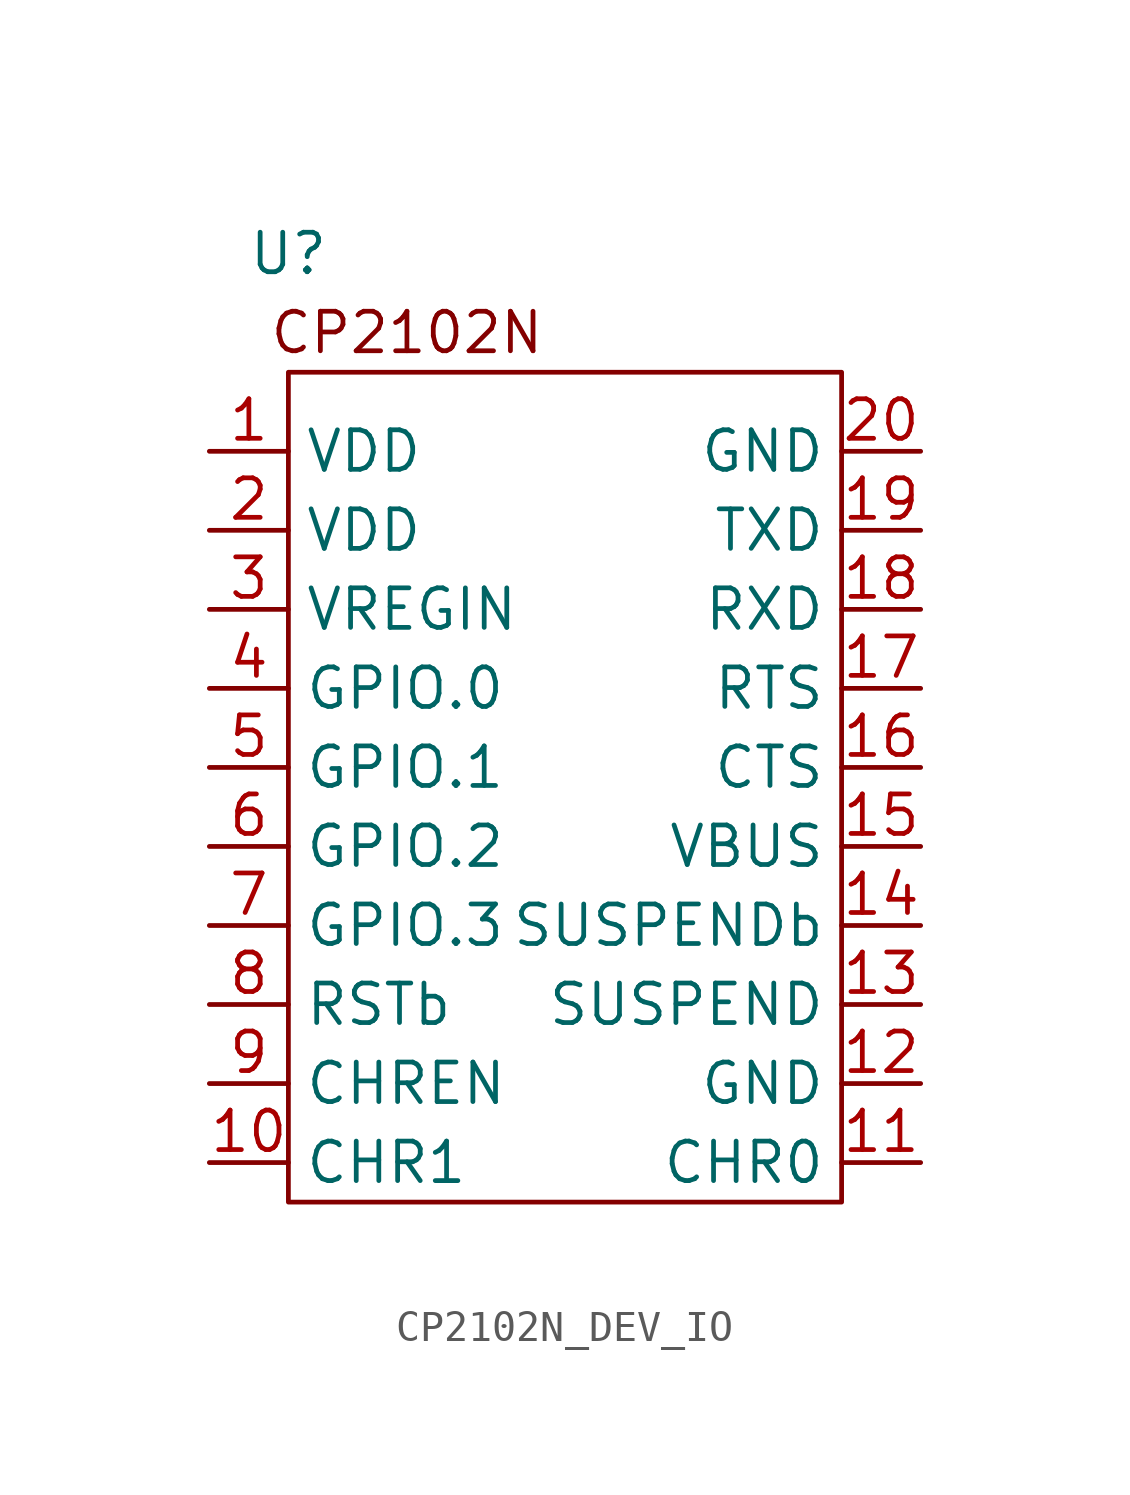
<source format=kicad_sym>
(kicad_symbol_lib
  (version 20241209)
  (generator "kicad_symbol_editor")
  (generator_version "9.0")
  (symbol "CP2102N_DEV_IO"
    (property "Reference" "U"
      (at -8.89 16.51 0)
      (effects (font (size 1.27 1.27))))
    (property "Value" ""
      (at -6.35 1.27 0)
      (effects (font (size 1.27 1.27))))
    (symbol "CP2102N_DEV_IO_0_1"
      (rectangle (start -8.89 12.7) (end 8.89 -13.97) (stroke (width 0) (type default)) (fill (type none)))
      (text "CP2102N" (at -5.08 13.97 0) (effects (font (size 1.27 1.27)))))
    (symbol "CP2102N_DEV_IO_1_1"
      (pin power_in line (at -11.43 10.16 0) (length 2.54) (name "VDD" (effects (font (size 1.27 1.27)))) (number "1" (effects (font (size 1.27 1.27)))))
      (pin power_in line (at -11.43 7.62 0) (length 2.54) (name "VDD" (effects (font (size 1.27 1.27)))) (number "2" (effects (font (size 1.27 1.27)))))
      (pin power_in line (at -11.43 5.08 0) (length 2.54) (name "VREGIN" (effects (font (size 1.27 1.27)))) (number "3" (effects (font (size 1.27 1.27)))))
      (pin bidirectional line (at -11.43 2.54 0) (length 2.54) (name "GPIO.0" (effects (font (size 1.27 1.27)))) (number "4" (effects (font (size 1.27 1.27)))))
      (pin bidirectional line (at -11.43 0 0) (length 2.54) (name "GPIO.1" (effects (font (size 1.27 1.27)))) (number "5" (effects (font (size 1.27 1.27)))))
      (pin bidirectional line (at -11.43 -2.54 0) (length 2.54) (name "GPIO.2" (effects (font (size 1.27 1.27)))) (number "6" (effects (font (size 1.27 1.27)))))
      (pin bidirectional line (at -11.43 -5.08 0) (length 2.54) (name "GPIO.3" (effects (font (size 1.27 1.27)))) (number "7" (effects (font (size 1.27 1.27)))))
      (pin input line (at -11.43 -7.62 0) (length 2.54) (name "RSTb" (effects (font (size 1.27 1.27)))) (number "8" (effects (font (size 1.27 1.27)))))
      (pin output line (at -11.43 -10.16 0) (length 2.54) (name "CHREN" (effects (font (size 1.27 1.27)))) (number "9" (effects (font (size 1.27 1.27)))))
      (pin output line (at -11.43 -12.7 0) (length 2.54) (name "CHR1" (effects (font (size 1.27 1.27)))) (number "10" (effects (font (size 1.27 1.27)))))
      (pin power_in line (at 11.43 10.16 180) (length 2.54) (name "GND" (effects (font (size 1.27 1.27)))) (number "20" (effects (font (size 1.27 1.27)))))
      (pin output line (at 11.43 7.62 180) (length 2.54) (name "TXD" (effects (font (size 1.27 1.27)))) (number "19" (effects (font (size 1.27 1.27)))))
      (pin input line (at 11.43 5.08 180) (length 2.54) (name "RXD" (effects (font (size 1.27 1.27)))) (number "18" (effects (font (size 1.27 1.27)))))
      (pin output line (at 11.43 2.54 180) (length 2.54) (name "RTS" (effects (font (size 1.27 1.27)))) (number "17" (effects (font (size 1.27 1.27)))))
      (pin input line (at 11.43 0 180) (length 2.54) (name "CTS" (effects (font (size 1.27 1.27)))) (number "16" (effects (font (size 1.27 1.27)))))
      (pin input line (at 11.43 -2.54 180) (length 2.54) (name "VBUS" (effects (font (size 1.27 1.27)))) (number "15" (effects (font (size 1.27 1.27)))))
      (pin output line (at 11.43 -5.08 180) (length 2.54) (name "SUSPENDb" (effects (font (size 1.27 1.27)))) (number "14" (effects (font (size 1.27 1.27)))))
      (pin output line (at 11.43 -7.62 180) (length 2.54) (name "SUSPEND" (effects (font (size 1.27 1.27)))) (number "13" (effects (font (size 1.27 1.27)))))
      (pin power_in line (at 11.43 -10.16 180) (length 2.54) (name "GND" (effects (font (size 1.27 1.27)))) (number "12" (effects (font (size 1.27 1.27)))))
      (pin output line (at 11.43 -12.7 180) (length 2.54) (name "CHR0" (effects (font (size 1.27 1.27)))) (number "11" (effects (font (size 1.27 1.27))))))))
</source>
